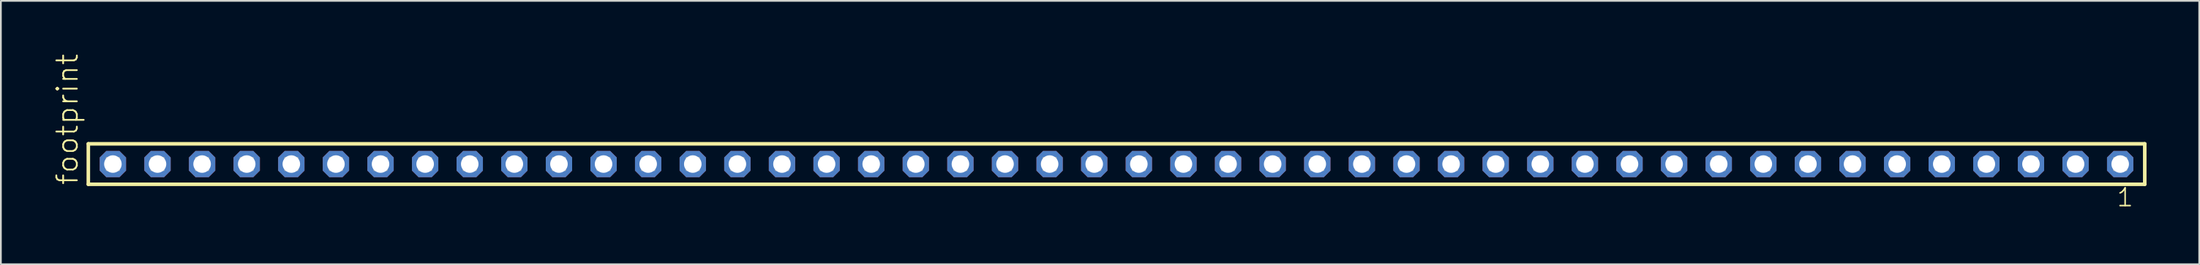
<source format=kicad_pcb>
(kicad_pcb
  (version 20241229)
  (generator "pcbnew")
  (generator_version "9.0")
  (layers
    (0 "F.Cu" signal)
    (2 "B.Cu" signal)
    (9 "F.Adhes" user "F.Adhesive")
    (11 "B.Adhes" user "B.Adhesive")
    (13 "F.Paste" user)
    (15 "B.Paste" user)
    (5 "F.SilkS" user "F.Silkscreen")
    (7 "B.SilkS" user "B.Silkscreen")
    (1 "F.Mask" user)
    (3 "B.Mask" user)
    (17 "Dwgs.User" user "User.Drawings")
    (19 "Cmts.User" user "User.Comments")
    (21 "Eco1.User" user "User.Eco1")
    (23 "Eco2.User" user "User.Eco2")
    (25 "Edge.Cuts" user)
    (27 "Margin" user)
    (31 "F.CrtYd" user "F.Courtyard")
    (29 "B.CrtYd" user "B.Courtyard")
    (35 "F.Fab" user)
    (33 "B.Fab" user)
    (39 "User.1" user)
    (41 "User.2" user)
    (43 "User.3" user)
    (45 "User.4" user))
  (footprint "footprint"
    (layer "F.Cu")
    (at 60.528 6.312)
    (property "Reference" "footprint" (at -59.055 1.27 90) (layer "F.SilkS") (effects (font (size 1.168 1.168) (thickness 0.102)) (justify left bottom)))
    (fp_line (start -58.549 -1.155) (end 58.549 -1.155) (stroke (width 0.203) (type solid)) (layer "F.SilkS"))
    (fp_line (start -58.549 1.155) (end -58.549 -1.155) (stroke (width 0.203) (type solid)) (layer "F.SilkS"))
    (fp_line (start 58.549 -1.155) (end 58.549 1.155) (stroke (width 0.203) (type solid)) (layer "F.SilkS"))
    (fp_line (start 58.549 1.155) (end -58.549 1.155) (stroke (width 0.203) (type solid)) (layer "F.SilkS"))
    (fp_poly (pts (xy -57.5 0.35) (xy -56.8 0.35) (xy -56.8 -0.35) (xy -57.5 -0.35)) (stroke (width 0.1) (type solid)) (fill no) (layer "F.Fab"))
    (fp_poly (pts (xy -54.96 0.35) (xy -54.26 0.35) (xy -54.26 -0.35) (xy -54.96 -0.35)) (stroke (width 0.1) (type solid)) (fill no) (layer "F.Fab"))
    (fp_poly (pts (xy -52.42 0.35) (xy -51.72 0.35) (xy -51.72 -0.35) (xy -52.42 -0.35)) (stroke (width 0.1) (type solid)) (fill no) (layer "F.Fab"))
    (fp_poly (pts (xy -49.88 0.35) (xy -49.18 0.35) (xy -49.18 -0.35) (xy -49.88 -0.35)) (stroke (width 0.1) (type solid)) (fill no) (layer "F.Fab"))
    (fp_poly (pts (xy -47.34 0.35) (xy -46.64 0.35) (xy -46.64 -0.35) (xy -47.34 -0.35)) (stroke (width 0.1) (type solid)) (fill no) (layer "F.Fab"))
    (fp_poly (pts (xy -44.8 0.35) (xy -44.1 0.35) (xy -44.1 -0.35) (xy -44.8 -0.35)) (stroke (width 0.1) (type solid)) (fill no) (layer "F.Fab"))
    (fp_poly (pts (xy -42.26 0.35) (xy -41.56 0.35) (xy -41.56 -0.35) (xy -42.26 -0.35)) (stroke (width 0.1) (type solid)) (fill no) (layer "F.Fab"))
    (fp_poly (pts (xy -39.72 0.35) (xy -39.02 0.35) (xy -39.02 -0.35) (xy -39.72 -0.35)) (stroke (width 0.1) (type solid)) (fill no) (layer "F.Fab"))
    (fp_poly (pts (xy -37.18 0.35) (xy -36.48 0.35) (xy -36.48 -0.35) (xy -37.18 -0.35)) (stroke (width 0.1) (type solid)) (fill no) (layer "F.Fab"))
    (fp_poly (pts (xy -34.64 0.35) (xy -33.94 0.35) (xy -33.94 -0.35) (xy -34.64 -0.35)) (stroke (width 0.1) (type solid)) (fill no) (layer "F.Fab"))
    (fp_poly (pts (xy -32.1 0.35) (xy -31.4 0.35) (xy -31.4 -0.35) (xy -32.1 -0.35)) (stroke (width 0.1) (type solid)) (fill no) (layer "F.Fab"))
    (fp_poly (pts (xy -29.56 0.35) (xy -28.86 0.35) (xy -28.86 -0.35) (xy -29.56 -0.35)) (stroke (width 0.1) (type solid)) (fill no) (layer "F.Fab"))
    (fp_poly (pts (xy -27.02 0.35) (xy -26.32 0.35) (xy -26.32 -0.35) (xy -27.02 -0.35)) (stroke (width 0.1) (type solid)) (fill no) (layer "F.Fab"))
    (fp_poly (pts (xy -24.48 0.35) (xy -23.78 0.35) (xy -23.78 -0.35) (xy -24.48 -0.35)) (stroke (width 0.1) (type solid)) (fill no) (layer "F.Fab"))
    (fp_poly (pts (xy -21.94 0.35) (xy -21.24 0.35) (xy -21.24 -0.35) (xy -21.94 -0.35)) (stroke (width 0.1) (type solid)) (fill no) (layer "F.Fab"))
    (fp_poly (pts (xy -19.4 0.35) (xy -18.7 0.35) (xy -18.7 -0.35) (xy -19.4 -0.35)) (stroke (width 0.1) (type solid)) (fill no) (layer "F.Fab"))
    (fp_poly (pts (xy -16.86 0.35) (xy -16.16 0.35) (xy -16.16 -0.35) (xy -16.86 -0.35)) (stroke (width 0.1) (type solid)) (fill no) (layer "F.Fab"))
    (fp_poly (pts (xy -14.32 0.35) (xy -13.62 0.35) (xy -13.62 -0.35) (xy -14.32 -0.35)) (stroke (width 0.1) (type solid)) (fill no) (layer "F.Fab"))
    (fp_poly (pts (xy -11.78 0.35) (xy -11.08 0.35) (xy -11.08 -0.35) (xy -11.78 -0.35)) (stroke (width 0.1) (type solid)) (fill no) (layer "F.Fab"))
    (fp_poly (pts (xy -9.24 0.35) (xy -8.54 0.35) (xy -8.54 -0.35) (xy -9.24 -0.35)) (stroke (width 0.1) (type solid)) (fill no) (layer "F.Fab"))
    (fp_poly (pts (xy -6.7 0.35) (xy -6 0.35) (xy -6 -0.35) (xy -6.7 -0.35)) (stroke (width 0.1) (type solid)) (fill no) (layer "F.Fab"))
    (fp_poly (pts (xy -4.16 0.35) (xy -3.46 0.35) (xy -3.46 -0.35) (xy -4.16 -0.35)) (stroke (width 0.1) (type solid)) (fill no) (layer "F.Fab"))
    (fp_poly (pts (xy -1.62 0.35) (xy -0.92 0.35) (xy -0.92 -0.35) (xy -1.62 -0.35)) (stroke (width 0.1) (type solid)) (fill no) (layer "F.Fab"))
    (fp_poly (pts (xy 0.92 0.35) (xy 1.62 0.35) (xy 1.62 -0.35) (xy 0.92 -0.35)) (stroke (width 0.1) (type solid)) (fill no) (layer "F.Fab"))
    (fp_poly (pts (xy 3.46 0.35) (xy 4.16 0.35) (xy 4.16 -0.35) (xy 3.46 -0.35)) (stroke (width 0.1) (type solid)) (fill no) (layer "F.Fab"))
    (fp_poly (pts (xy 6 0.35) (xy 6.7 0.35) (xy 6.7 -0.35) (xy 6 -0.35)) (stroke (width 0.1) (type solid)) (fill no) (layer "F.Fab"))
    (fp_poly (pts (xy 8.54 0.35) (xy 9.24 0.35) (xy 9.24 -0.35) (xy 8.54 -0.35)) (stroke (width 0.1) (type solid)) (fill no) (layer "F.Fab"))
    (fp_poly (pts (xy 11.08 0.35) (xy 11.78 0.35) (xy 11.78 -0.35) (xy 11.08 -0.35)) (stroke (width 0.1) (type solid)) (fill no) (layer "F.Fab"))
    (fp_poly (pts (xy 13.62 0.35) (xy 14.32 0.35) (xy 14.32 -0.35) (xy 13.62 -0.35)) (stroke (width 0.1) (type solid)) (fill no) (layer "F.Fab"))
    (fp_poly (pts (xy 16.16 0.35) (xy 16.86 0.35) (xy 16.86 -0.35) (xy 16.16 -0.35)) (stroke (width 0.1) (type solid)) (fill no) (layer "F.Fab"))
    (fp_poly (pts (xy 18.7 0.35) (xy 19.4 0.35) (xy 19.4 -0.35) (xy 18.7 -0.35)) (stroke (width 0.1) (type solid)) (fill no) (layer "F.Fab"))
    (fp_poly (pts (xy 21.24 0.35) (xy 21.94 0.35) (xy 21.94 -0.35) (xy 21.24 -0.35)) (stroke (width 0.1) (type solid)) (fill no) (layer "F.Fab"))
    (fp_poly (pts (xy 23.78 0.35) (xy 24.48 0.35) (xy 24.48 -0.35) (xy 23.78 -0.35)) (stroke (width 0.1) (type solid)) (fill no) (layer "F.Fab"))
    (fp_poly (pts (xy 26.32 0.35) (xy 27.02 0.35) (xy 27.02 -0.35) (xy 26.32 -0.35)) (stroke (width 0.1) (type solid)) (fill no) (layer "F.Fab"))
    (fp_poly (pts (xy 28.86 0.35) (xy 29.56 0.35) (xy 29.56 -0.35) (xy 28.86 -0.35)) (stroke (width 0.1) (type solid)) (fill no) (layer "F.Fab"))
    (fp_poly (pts (xy 31.4 0.35) (xy 32.1 0.35) (xy 32.1 -0.35) (xy 31.4 -0.35)) (stroke (width 0.1) (type solid)) (fill no) (layer "F.Fab"))
    (fp_poly (pts (xy 33.94 0.35) (xy 34.64 0.35) (xy 34.64 -0.35) (xy 33.94 -0.35)) (stroke (width 0.1) (type solid)) (fill no) (layer "F.Fab"))
    (fp_poly (pts (xy 36.48 0.35) (xy 37.18 0.35) (xy 37.18 -0.35) (xy 36.48 -0.35)) (stroke (width 0.1) (type solid)) (fill no) (layer "F.Fab"))
    (fp_poly (pts (xy 39.02 0.35) (xy 39.72 0.35) (xy 39.72 -0.35) (xy 39.02 -0.35)) (stroke (width 0.1) (type solid)) (fill no) (layer "F.Fab"))
    (fp_poly (pts (xy 41.56 0.35) (xy 42.26 0.35) (xy 42.26 -0.35) (xy 41.56 -0.35)) (stroke (width 0.1) (type solid)) (fill no) (layer "F.Fab"))
    (fp_poly (pts (xy 44.1 0.35) (xy 44.8 0.35) (xy 44.8 -0.35) (xy 44.1 -0.35)) (stroke (width 0.1) (type solid)) (fill no) (layer "F.Fab"))
    (fp_poly (pts (xy 46.64 0.35) (xy 47.34 0.35) (xy 47.34 -0.35) (xy 46.64 -0.35)) (stroke (width 0.1) (type solid)) (fill no) (layer "F.Fab"))
    (fp_poly (pts (xy 49.18 0.35) (xy 49.88 0.35) (xy 49.88 -0.35) (xy 49.18 -0.35)) (stroke (width 0.1) (type solid)) (fill no) (layer "F.Fab"))
    (fp_poly (pts (xy 51.72 0.35) (xy 52.42 0.35) (xy 52.42 -0.35) (xy 51.72 -0.35)) (stroke (width 0.1) (type solid)) (fill no) (layer "F.Fab"))
    (fp_poly (pts (xy 54.26 0.35) (xy 54.96 0.35) (xy 54.96 -0.35) (xy 54.26 -0.35)) (stroke (width 0.1) (type solid)) (fill no) (layer "F.Fab"))
    (fp_poly (pts (xy 56.8 0.35) (xy 57.5 0.35) (xy 57.5 -0.35) (xy 56.8 -0.35)) (stroke (width 0.1) (type solid)) (fill no) (layer "F.Fab"))
    (fp_text user "1" (at 56.892 2.498 0) (layer "F.SilkS") (effects (font (size 1.012 1.012) (thickness 0.088)) (justify left bottom)))
    (pad "1" thru_hole roundrect (at 57.15 0 180) (size 1.5 1.5) (drill 1) (layers "*.Cu" "*.Mask") (roundrect_rratio 0.25) (chamfer_ratio 0.25) (chamfer top_left top_right bottom_left bottom_right))
    (pad "2" thru_hole roundrect (at 54.61 0 180) (size 1.5 1.5) (drill 1) (layers "*.Cu" "*.Mask") (roundrect_rratio 0.25) (chamfer_ratio 0.25) (chamfer top_left top_right bottom_left bottom_right))
    (pad "3" thru_hole roundrect (at 52.07 0 180) (size 1.5 1.5) (drill 1) (layers "*.Cu" "*.Mask") (roundrect_rratio 0.25) (chamfer_ratio 0.25) (chamfer top_left top_right bottom_left bottom_right))
    (pad "4" thru_hole roundrect (at 49.53 0 180) (size 1.5 1.5) (drill 1) (layers "*.Cu" "*.Mask") (roundrect_rratio 0.25) (chamfer_ratio 0.25) (chamfer top_left top_right bottom_left bottom_right))
    (pad "5" thru_hole roundrect (at 46.99 0 180) (size 1.5 1.5) (drill 1) (layers "*.Cu" "*.Mask") (roundrect_rratio 0.25) (chamfer_ratio 0.25) (chamfer top_left top_right bottom_left bottom_right))
    (pad "6" thru_hole roundrect (at 44.45 0 180) (size 1.5 1.5) (drill 1) (layers "*.Cu" "*.Mask") (roundrect_rratio 0.25) (chamfer_ratio 0.25) (chamfer top_left top_right bottom_left bottom_right))
    (pad "7" thru_hole roundrect (at 41.91 0 180) (size 1.5 1.5) (drill 1) (layers "*.Cu" "*.Mask") (roundrect_rratio 0.25) (chamfer_ratio 0.25) (chamfer top_left top_right bottom_left bottom_right))
    (pad "8" thru_hole roundrect (at 39.37 0 180) (size 1.5 1.5) (drill 1) (layers "*.Cu" "*.Mask") (roundrect_rratio 0.25) (chamfer_ratio 0.25) (chamfer top_left top_right bottom_left bottom_right))
    (pad "9" thru_hole roundrect (at 36.83 0 180) (size 1.5 1.5) (drill 1) (layers "*.Cu" "*.Mask") (roundrect_rratio 0.25) (chamfer_ratio 0.25) (chamfer top_left top_right bottom_left bottom_right))
    (pad "10" thru_hole roundrect (at 34.29 0 180) (size 1.5 1.5) (drill 1) (layers "*.Cu" "*.Mask") (roundrect_rratio 0.25) (chamfer_ratio 0.25) (chamfer top_left top_right bottom_left bottom_right))
    (pad "11" thru_hole roundrect (at 31.75 0 180) (size 1.5 1.5) (drill 1) (layers "*.Cu" "*.Mask") (roundrect_rratio 0.25) (chamfer_ratio 0.25) (chamfer top_left top_right bottom_left bottom_right))
    (pad "12" thru_hole roundrect (at 29.21 0 180) (size 1.5 1.5) (drill 1) (layers "*.Cu" "*.Mask") (roundrect_rratio 0.25) (chamfer_ratio 0.25) (chamfer top_left top_right bottom_left bottom_right))
    (pad "13" thru_hole roundrect (at 26.67 0 180) (size 1.5 1.5) (drill 1) (layers "*.Cu" "*.Mask") (roundrect_rratio 0.25) (chamfer_ratio 0.25) (chamfer top_left top_right bottom_left bottom_right))
    (pad "14" thru_hole roundrect (at 24.13 0 180) (size 1.5 1.5) (drill 1) (layers "*.Cu" "*.Mask") (roundrect_rratio 0.25) (chamfer_ratio 0.25) (chamfer top_left top_right bottom_left bottom_right))
    (pad "15" thru_hole roundrect (at 21.59 0 180) (size 1.5 1.5) (drill 1) (layers "*.Cu" "*.Mask") (roundrect_rratio 0.25) (chamfer_ratio 0.25) (chamfer top_left top_right bottom_left bottom_right))
    (pad "16" thru_hole roundrect (at 19.05 0 180) (size 1.5 1.5) (drill 1) (layers "*.Cu" "*.Mask") (roundrect_rratio 0.25) (chamfer_ratio 0.25) (chamfer top_left top_right bottom_left bottom_right))
    (pad "17" thru_hole roundrect (at 16.51 0 180) (size 1.5 1.5) (drill 1) (layers "*.Cu" "*.Mask") (roundrect_rratio 0.25) (chamfer_ratio 0.25) (chamfer top_left top_right bottom_left bottom_right))
    (pad "18" thru_hole roundrect (at 13.97 0 180) (size 1.5 1.5) (drill 1) (layers "*.Cu" "*.Mask") (roundrect_rratio 0.25) (chamfer_ratio 0.25) (chamfer top_left top_right bottom_left bottom_right))
    (pad "19" thru_hole roundrect (at 11.43 0 180) (size 1.5 1.5) (drill 1) (layers "*.Cu" "*.Mask") (roundrect_rratio 0.25) (chamfer_ratio 0.25) (chamfer top_left top_right bottom_left bottom_right))
    (pad "20" thru_hole roundrect (at 8.89 0 180) (size 1.5 1.5) (drill 1) (layers "*.Cu" "*.Mask") (roundrect_rratio 0.25) (chamfer_ratio 0.25) (chamfer top_left top_right bottom_left bottom_right))
    (pad "21" thru_hole roundrect (at 6.35 0 180) (size 1.5 1.5) (drill 1) (layers "*.Cu" "*.Mask") (roundrect_rratio 0.25) (chamfer_ratio 0.25) (chamfer top_left top_right bottom_left bottom_right))
    (pad "22" thru_hole roundrect (at 3.81 0 180) (size 1.5 1.5) (drill 1) (layers "*.Cu" "*.Mask") (roundrect_rratio 0.25) (chamfer_ratio 0.25) (chamfer top_left top_right bottom_left bottom_right))
    (pad "23" thru_hole roundrect (at 1.27 0 180) (size 1.5 1.5) (drill 1) (layers "*.Cu" "*.Mask") (roundrect_rratio 0.25) (chamfer_ratio 0.25) (chamfer top_left top_right bottom_left bottom_right))
    (pad "24" thru_hole roundrect (at -1.27 0 180) (size 1.5 1.5) (drill 1) (layers "*.Cu" "*.Mask") (roundrect_rratio 0.25) (chamfer_ratio 0.25) (chamfer top_left top_right bottom_left bottom_right))
    (pad "25" thru_hole roundrect (at -3.81 0 180) (size 1.5 1.5) (drill 1) (layers "*.Cu" "*.Mask") (roundrect_rratio 0.25) (chamfer_ratio 0.25) (chamfer top_left top_right bottom_left bottom_right))
    (pad "26" thru_hole roundrect (at -6.35 0 180) (size 1.5 1.5) (drill 1) (layers "*.Cu" "*.Mask") (roundrect_rratio 0.25) (chamfer_ratio 0.25) (chamfer top_left top_right bottom_left bottom_right))
    (pad "27" thru_hole roundrect (at -8.89 0 180) (size 1.5 1.5) (drill 1) (layers "*.Cu" "*.Mask") (roundrect_rratio 0.25) (chamfer_ratio 0.25) (chamfer top_left top_right bottom_left bottom_right))
    (pad "28" thru_hole roundrect (at -11.43 0 180) (size 1.5 1.5) (drill 1) (layers "*.Cu" "*.Mask") (roundrect_rratio 0.25) (chamfer_ratio 0.25) (chamfer top_left top_right bottom_left bottom_right))
    (pad "29" thru_hole roundrect (at -13.97 0 180) (size 1.5 1.5) (drill 1) (layers "*.Cu" "*.Mask") (roundrect_rratio 0.25) (chamfer_ratio 0.25) (chamfer top_left top_right bottom_left bottom_right))
    (pad "30" thru_hole roundrect (at -16.51 0 180) (size 1.5 1.5) (drill 1) (layers "*.Cu" "*.Mask") (roundrect_rratio 0.25) (chamfer_ratio 0.25) (chamfer top_left top_right bottom_left bottom_right))
    (pad "31" thru_hole roundrect (at -19.05 0 180) (size 1.5 1.5) (drill 1) (layers "*.Cu" "*.Mask") (roundrect_rratio 0.25) (chamfer_ratio 0.25) (chamfer top_left top_right bottom_left bottom_right))
    (pad "32" thru_hole roundrect (at -21.59 0 180) (size 1.5 1.5) (drill 1) (layers "*.Cu" "*.Mask") (roundrect_rratio 0.25) (chamfer_ratio 0.25) (chamfer top_left top_right bottom_left bottom_right))
    (pad "33" thru_hole roundrect (at -24.13 0 180) (size 1.5 1.5) (drill 1) (layers "*.Cu" "*.Mask") (roundrect_rratio 0.25) (chamfer_ratio 0.25) (chamfer top_left top_right bottom_left bottom_right))
    (pad "34" thru_hole roundrect (at -26.67 0 180) (size 1.5 1.5) (drill 1) (layers "*.Cu" "*.Mask") (roundrect_rratio 0.25) (chamfer_ratio 0.25) (chamfer top_left top_right bottom_left bottom_right))
    (pad "35" thru_hole roundrect (at -29.21 0 180) (size 1.5 1.5) (drill 1) (layers "*.Cu" "*.Mask") (roundrect_rratio 0.25) (chamfer_ratio 0.25) (chamfer top_left top_right bottom_left bottom_right))
    (pad "36" thru_hole roundrect (at -31.75 0 180) (size 1.5 1.5) (drill 1) (layers "*.Cu" "*.Mask") (roundrect_rratio 0.25) (chamfer_ratio 0.25) (chamfer top_left top_right bottom_left bottom_right))
    (pad "37" thru_hole roundrect (at -34.29 0 180) (size 1.5 1.5) (drill 1) (layers "*.Cu" "*.Mask") (roundrect_rratio 0.25) (chamfer_ratio 0.25) (chamfer top_left top_right bottom_left bottom_right))
    (pad "38" thru_hole roundrect (at -36.83 0 180) (size 1.5 1.5) (drill 1) (layers "*.Cu" "*.Mask") (roundrect_rratio 0.25) (chamfer_ratio 0.25) (chamfer top_left top_right bottom_left bottom_right))
    (pad "39" thru_hole roundrect (at -39.37 0 180) (size 1.5 1.5) (drill 1) (layers "*.Cu" "*.Mask") (roundrect_rratio 0.25) (chamfer_ratio 0.25) (chamfer top_left top_right bottom_left bottom_right))
    (pad "40" thru_hole roundrect (at -41.91 0 180) (size 1.5 1.5) (drill 1) (layers "*.Cu" "*.Mask") (roundrect_rratio 0.25) (chamfer_ratio 0.25) (chamfer top_left top_right bottom_left bottom_right))
    (pad "41" thru_hole roundrect (at -44.45 0 180) (size 1.5 1.5) (drill 1) (layers "*.Cu" "*.Mask") (roundrect_rratio 0.25) (chamfer_ratio 0.25) (chamfer top_left top_right bottom_left bottom_right))
    (pad "42" thru_hole roundrect (at -46.99 0 180) (size 1.5 1.5) (drill 1) (layers "*.Cu" "*.Mask") (roundrect_rratio 0.25) (chamfer_ratio 0.25) (chamfer top_left top_right bottom_left bottom_right))
    (pad "43" thru_hole roundrect (at -49.53 0 180) (size 1.5 1.5) (drill 1) (layers "*.Cu" "*.Mask") (roundrect_rratio 0.25) (chamfer_ratio 0.25) (chamfer top_left top_right bottom_left bottom_right))
    (pad "44" thru_hole roundrect (at -52.07 0 180) (size 1.5 1.5) (drill 1) (layers "*.Cu" "*.Mask") (roundrect_rratio 0.25) (chamfer_ratio 0.25) (chamfer top_left top_right bottom_left bottom_right))
    (pad "45" thru_hole roundrect (at -54.61 0 180) (size 1.5 1.5) (drill 1) (layers "*.Cu" "*.Mask") (roundrect_rratio 0.25) (chamfer_ratio 0.25) (chamfer top_left top_right bottom_left bottom_right))
    (pad "46" thru_hole roundrect (at -57.15 0 180) (size 1.5 1.5) (drill 1) (layers "*.Cu" "*.Mask") (roundrect_rratio 0.25) (chamfer_ratio 0.25) (chamfer top_left top_right bottom_left bottom_right)))
  (gr_rect
    (start -3 -3)
    (end 122.179 12.027)
    (stroke (width 0.1) (type default))
    (fill no)
    (layer "Edge.Cuts")))
</source>
